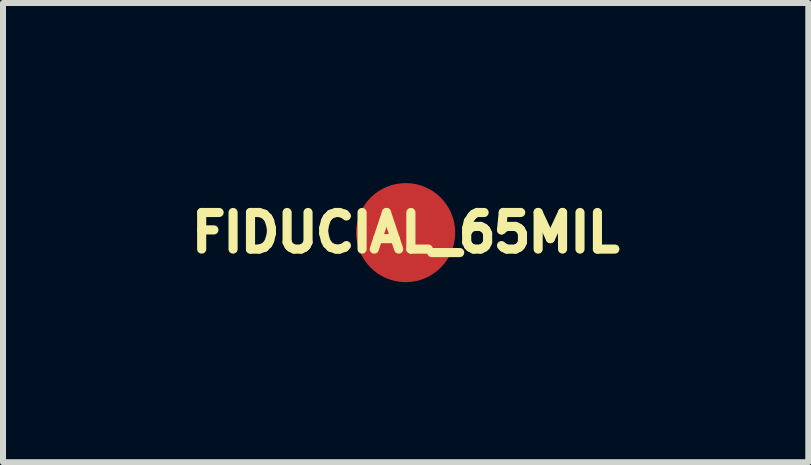
<source format=kicad_pcb>
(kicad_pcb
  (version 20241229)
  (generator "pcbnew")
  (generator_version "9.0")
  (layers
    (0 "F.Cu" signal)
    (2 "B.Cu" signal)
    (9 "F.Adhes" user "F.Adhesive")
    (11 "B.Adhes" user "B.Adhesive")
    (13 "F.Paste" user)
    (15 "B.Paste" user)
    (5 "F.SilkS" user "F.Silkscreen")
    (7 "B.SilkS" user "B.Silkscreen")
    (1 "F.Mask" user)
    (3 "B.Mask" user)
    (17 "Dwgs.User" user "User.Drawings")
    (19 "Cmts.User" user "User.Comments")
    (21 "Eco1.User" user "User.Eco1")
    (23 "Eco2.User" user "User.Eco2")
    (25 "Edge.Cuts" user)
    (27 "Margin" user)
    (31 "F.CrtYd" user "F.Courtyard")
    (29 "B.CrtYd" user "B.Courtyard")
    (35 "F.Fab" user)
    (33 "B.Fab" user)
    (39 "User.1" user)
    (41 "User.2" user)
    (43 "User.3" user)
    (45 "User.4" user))
  (footprint "FIDUCIAL_65MIL"
    (layer "F.Cu")
    (at 3.709 0.826)
    (property "Reference" "FIDUCIAL_65MIL" (at 0 0 0) (layer "F.SilkS") (effects (font (size 0.61 0.61) (thickness 0.152))))
    (attr through_hole)
    (pad "" smd circle (at 0 0) (size 1.651 1.651) (layers "F.Cu" "F.Mask")))
  (gr_rect
    (start -3 -3)
    (end 10.418 4.651)
    (stroke (width 0.1) (type default))
    (fill no)
    (layer "Edge.Cuts")))
</source>
